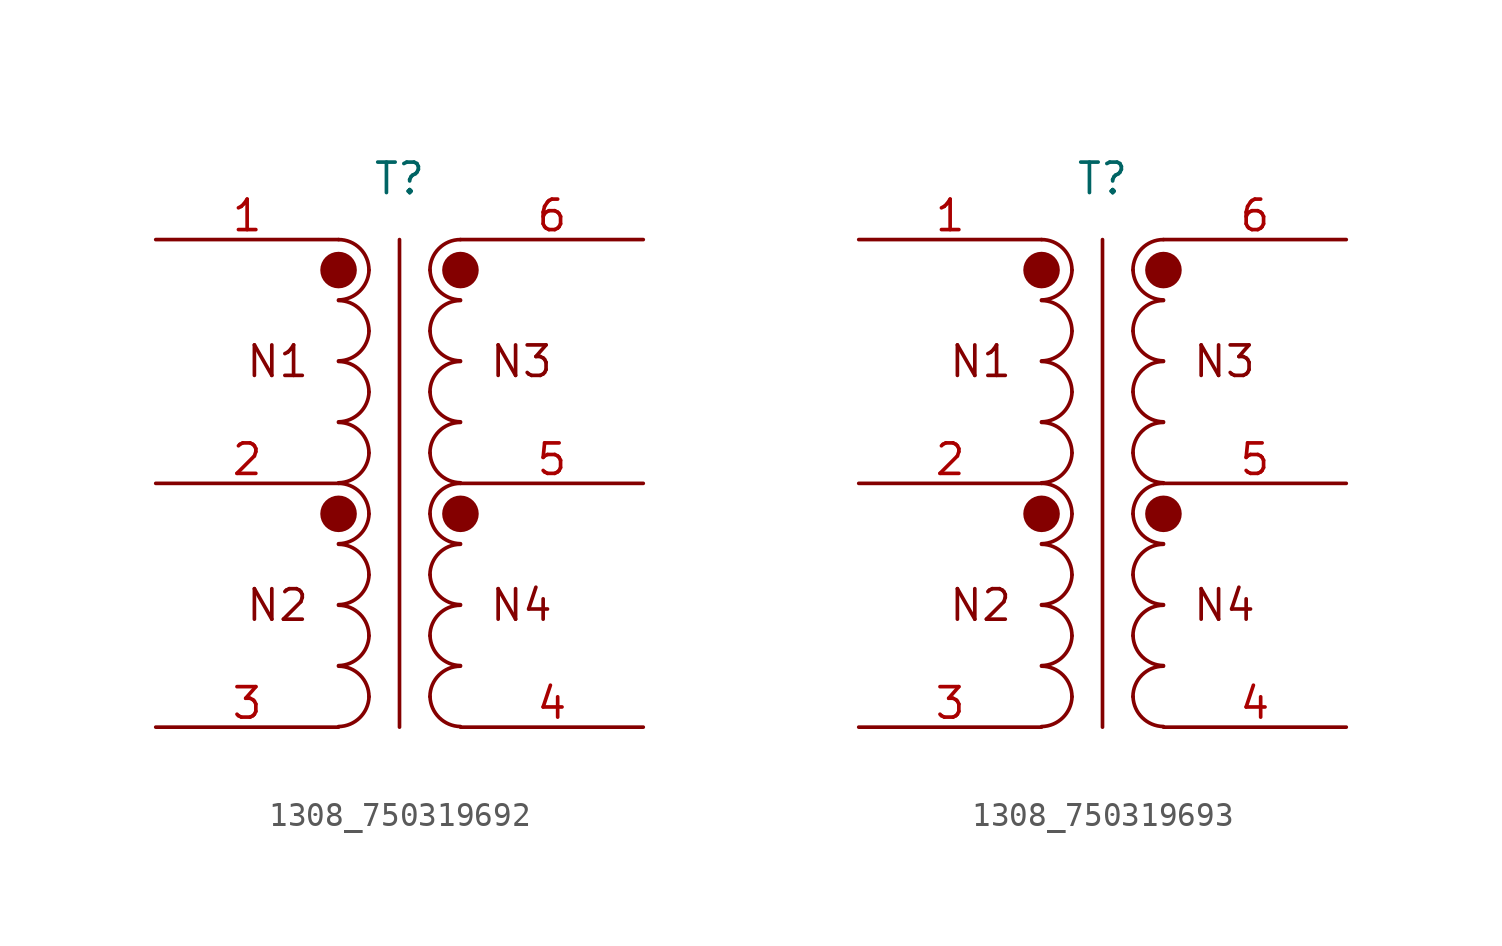
<source format=kicad_sym>
(kicad_symbol_lib
  (version 20220914)
  (generator kicad_symbol_editor)
  (symbol "1308_750319692"
    (pin_names hide)
    (property "Reference" "T"
      (at 0 12.7 0)
      (effects (font (size 1.27 1.27))))
    (property "Critical Parameter" ""
      (at 0 -5.08 0)
      (effects (font (size 1.27 1.27)) (justify left)))
    (symbol "1308_750319692_0_1"
      (arc (start -2.54 -10.1346) (mid -1.6561 -9.7663) (end -1.27 -8.89) (stroke (width 0) (type default)) (fill (type none)))
      (arc (start -2.54 -7.5946) (mid -1.6561 -7.2263) (end -1.27 -6.35) (stroke (width 0) (type default)) (fill (type none)))
      (arc (start -2.54 -5.0546) (mid -1.6561 -4.6863) (end -1.27 -3.81) (stroke (width 0) (type default)) (fill (type none)))
      (arc (start -2.54 -2.5146) (mid -1.6561 -2.1463) (end -1.27 -1.27) (stroke (width 0) (type default)) (fill (type none)))
      (arc (start -2.54 0.0254) (mid -1.6561 0.3937) (end -1.27 1.27) (stroke (width 0) (type default)) (fill (type none)))
      (arc (start -2.54 2.5654) (mid -1.6561 2.9337) (end -1.27 3.81) (stroke (width 0) (type default)) (fill (type none)))
      (arc (start -2.54 5.1054) (mid -1.6561 5.4737) (end -1.27 6.35) (stroke (width 0) (type default)) (fill (type none)))
      (arc (start -2.54 7.6454) (mid -1.6561 8.0137) (end -1.27 8.89) (stroke (width 0) (type default)) (fill (type none)))
      (arc (start -1.27 -8.89) (mid -1.642 -7.992) (end -2.54 -7.62) (stroke (width 0) (type default)) (fill (type none)))
      (arc (start -1.27 -6.35) (mid -1.642 -5.452) (end -2.54 -5.08) (stroke (width 0) (type default)) (fill (type none)))
      (arc (start -1.27 -3.81) (mid -1.642 -2.912) (end -2.54 -2.54) (stroke (width 0) (type default)) (fill (type none)))
      (arc (start -1.27 -1.27) (mid -1.642 -0.372) (end -2.54 0) (stroke (width 0) (type default)) (fill (type none)))
      (arc (start -1.27 1.27) (mid -1.642 2.168) (end -2.54 2.54) (stroke (width 0) (type default)) (fill (type none)))
      (arc (start -1.27 3.81) (mid -1.642 4.708) (end -2.54 5.08) (stroke (width 0) (type default)) (fill (type none)))
      (arc (start -1.27 6.35) (mid -1.642 7.248) (end -2.54 7.62) (stroke (width 0) (type default)) (fill (type none)))
      (arc (start -1.27 8.89) (mid -1.642 9.788) (end -2.54 10.16) (stroke (width 0) (type default)) (fill (type none)))
      (polyline (pts (xy 0 -10.16) (xy 0 10.16)) (stroke (width 0) (type default)) (fill (type none)))
      (arc (start 1.27 -8.89) (mid 1.6561 -9.7663) (end 2.54 -10.1346) (stroke (width 0) (type default)) (fill (type none)))
      (arc (start 1.27 -6.35) (mid 1.6561 -7.2263) (end 2.54 -7.5946) (stroke (width 0) (type default)) (fill (type none)))
      (arc (start 1.27 -3.81) (mid 1.6561 -4.6863) (end 2.54 -5.0546) (stroke (width 0) (type default)) (fill (type none)))
      (arc (start 1.27 -1.27) (mid 1.6561 -2.1463) (end 2.54 -2.5146) (stroke (width 0) (type default)) (fill (type none)))
      (arc (start 1.27 1.27) (mid 1.6561 0.3937) (end 2.54 0.0254) (stroke (width 0) (type default)) (fill (type none)))
      (arc (start 1.27 3.81) (mid 1.6561 2.9337) (end 2.54 2.5654) (stroke (width 0) (type default)) (fill (type none)))
      (arc (start 1.27 6.35) (mid 1.6561 5.4737) (end 2.54 5.1054) (stroke (width 0) (type default)) (fill (type none)))
      (arc (start 1.27 8.89) (mid 1.6561 8.0137) (end 2.54 7.6454) (stroke (width 0) (type default)) (fill (type none)))
      (arc (start 2.54 -7.62) (mid 1.642 -7.992) (end 1.27 -8.89) (stroke (width 0) (type default)) (fill (type none)))
      (arc (start 2.54 -5.08) (mid 1.642 -5.452) (end 1.27 -6.35) (stroke (width 0) (type default)) (fill (type none)))
      (arc (start 2.54 -2.54) (mid 1.642 -2.912) (end 1.27 -3.81) (stroke (width 0) (type default)) (fill (type none)))
      (arc (start 2.54 0) (mid 1.642 -0.372) (end 1.27 -1.27) (stroke (width 0) (type default)) (fill (type none)))
      (arc (start 2.54 2.54) (mid 1.642 2.168) (end 1.27 1.27) (stroke (width 0) (type default)) (fill (type none)))
      (arc (start 2.54 5.08) (mid 1.642 4.708) (end 1.27 3.81) (stroke (width 0) (type default)) (fill (type none)))
      (arc (start 2.54 7.62) (mid 1.642 7.248) (end 1.27 6.35) (stroke (width 0) (type default)) (fill (type none)))
      (arc (start 2.54 10.16) (mid 1.642 9.788) (end 1.27 8.89) (stroke (width 0) (type default)) (fill (type none))))
    (symbol "1308_750319692_1_1"
      (circle (center -2.54 -1.27) (radius 0.0001) (stroke (width 0.762) (type default)) (fill (type none)))
      (circle (center -2.54 8.89) (radius 0.0001) (stroke (width 0.762) (type default)) (fill (type none)))
      (circle (center 2.54 -1.27) (radius 0.0001) (stroke (width 0.762) (type default)) (fill (type none)))
      (circle (center 2.54 8.89) (radius 0.0001) (stroke (width 0.762) (type default)) (fill (type none)))
      (text "N1" (at -5.08 5.08 0) (effects (font (size 1.27 1.27))))
      (text "N2" (at -5.08 -5.08 0) (effects (font (size 1.27 1.27))))
      (text "N3" (at 5.08 5.08 0) (effects (font (size 1.27 1.27))))
      (text "N4" (at 5.08 -5.08 0) (effects (font (size 1.27 1.27))))
      (pin passive line (at -10.16 10.16 0) (length 7.62) (name "1" (effects (font (size 1.27 1.27)))) (number "1" (effects (font (size 1.27 1.27)))))
      (pin passive line (at -10.16 0 0) (length 7.62) (name "2" (effects (font (size 1.27 1.27)))) (number "2" (effects (font (size 1.27 1.27)))))
      (pin passive line (at -10.16 -10.16 0) (length 7.62) (name "3" (effects (font (size 1.27 1.27)))) (number "3" (effects (font (size 1.27 1.27)))))
      (pin passive line (at 10.16 -10.16 180) (length 7.62) (name "4" (effects (font (size 1.27 1.27)))) (number "4" (effects (font (size 1.27 1.27)))))
      (pin passive line (at 10.16 0 180) (length 7.62) (name "5" (effects (font (size 1.27 1.27)))) (number "5" (effects (font (size 1.27 1.27)))))
      (pin passive line (at 10.16 10.16 180) (length 7.62) (name "6" (effects (font (size 1.27 1.27)))) (number "6" (effects (font (size 1.27 1.27)))))))
  (symbol "1308_750319693"
    (pin_names hide)
    (property "Reference" "T"
      (at 0 12.7 0)
      (effects (font (size 1.27 1.27))))
    (property "Critical Parameter" ""
      (at 0 -5.08 0)
      (effects (font (size 1.27 1.27)) (justify left)))
    (symbol "1308_750319693_0_1"
      (arc (start -2.54 -10.1346) (mid -1.6561 -9.7663) (end -1.27 -8.89) (stroke (width 0) (type default)) (fill (type none)))
      (arc (start -2.54 -7.5946) (mid -1.6561 -7.2263) (end -1.27 -6.35) (stroke (width 0) (type default)) (fill (type none)))
      (arc (start -2.54 -5.0546) (mid -1.6561 -4.6863) (end -1.27 -3.81) (stroke (width 0) (type default)) (fill (type none)))
      (arc (start -2.54 -2.5146) (mid -1.6561 -2.1463) (end -1.27 -1.27) (stroke (width 0) (type default)) (fill (type none)))
      (arc (start -2.54 0.0254) (mid -1.6561 0.3937) (end -1.27 1.27) (stroke (width 0) (type default)) (fill (type none)))
      (arc (start -2.54 2.5654) (mid -1.6561 2.9337) (end -1.27 3.81) (stroke (width 0) (type default)) (fill (type none)))
      (arc (start -2.54 5.1054) (mid -1.6561 5.4737) (end -1.27 6.35) (stroke (width 0) (type default)) (fill (type none)))
      (arc (start -2.54 7.6454) (mid -1.6561 8.0137) (end -1.27 8.89) (stroke (width 0) (type default)) (fill (type none)))
      (arc (start -1.27 -8.89) (mid -1.642 -7.992) (end -2.54 -7.62) (stroke (width 0) (type default)) (fill (type none)))
      (arc (start -1.27 -6.35) (mid -1.642 -5.452) (end -2.54 -5.08) (stroke (width 0) (type default)) (fill (type none)))
      (arc (start -1.27 -3.81) (mid -1.642 -2.912) (end -2.54 -2.54) (stroke (width 0) (type default)) (fill (type none)))
      (arc (start -1.27 -1.27) (mid -1.642 -0.372) (end -2.54 0) (stroke (width 0) (type default)) (fill (type none)))
      (arc (start -1.27 1.27) (mid -1.642 2.168) (end -2.54 2.54) (stroke (width 0) (type default)) (fill (type none)))
      (arc (start -1.27 3.81) (mid -1.642 4.708) (end -2.54 5.08) (stroke (width 0) (type default)) (fill (type none)))
      (arc (start -1.27 6.35) (mid -1.642 7.248) (end -2.54 7.62) (stroke (width 0) (type default)) (fill (type none)))
      (arc (start -1.27 8.89) (mid -1.642 9.788) (end -2.54 10.16) (stroke (width 0) (type default)) (fill (type none)))
      (polyline (pts (xy 0 -10.16) (xy 0 10.16)) (stroke (width 0) (type default)) (fill (type none)))
      (arc (start 1.27 -8.89) (mid 1.6561 -9.7663) (end 2.54 -10.1346) (stroke (width 0) (type default)) (fill (type none)))
      (arc (start 1.27 -6.35) (mid 1.6561 -7.2263) (end 2.54 -7.5946) (stroke (width 0) (type default)) (fill (type none)))
      (arc (start 1.27 -3.81) (mid 1.6561 -4.6863) (end 2.54 -5.0546) (stroke (width 0) (type default)) (fill (type none)))
      (arc (start 1.27 -1.27) (mid 1.6561 -2.1463) (end 2.54 -2.5146) (stroke (width 0) (type default)) (fill (type none)))
      (arc (start 1.27 1.27) (mid 1.6561 0.3937) (end 2.54 0.0254) (stroke (width 0) (type default)) (fill (type none)))
      (arc (start 1.27 3.81) (mid 1.6561 2.9337) (end 2.54 2.5654) (stroke (width 0) (type default)) (fill (type none)))
      (arc (start 1.27 6.35) (mid 1.6561 5.4737) (end 2.54 5.1054) (stroke (width 0) (type default)) (fill (type none)))
      (arc (start 1.27 8.89) (mid 1.6561 8.0137) (end 2.54 7.6454) (stroke (width 0) (type default)) (fill (type none)))
      (arc (start 2.54 -7.62) (mid 1.642 -7.992) (end 1.27 -8.89) (stroke (width 0) (type default)) (fill (type none)))
      (arc (start 2.54 -5.08) (mid 1.642 -5.452) (end 1.27 -6.35) (stroke (width 0) (type default)) (fill (type none)))
      (arc (start 2.54 -2.54) (mid 1.642 -2.912) (end 1.27 -3.81) (stroke (width 0) (type default)) (fill (type none)))
      (arc (start 2.54 0) (mid 1.642 -0.372) (end 1.27 -1.27) (stroke (width 0) (type default)) (fill (type none)))
      (arc (start 2.54 2.54) (mid 1.642 2.168) (end 1.27 1.27) (stroke (width 0) (type default)) (fill (type none)))
      (arc (start 2.54 5.08) (mid 1.642 4.708) (end 1.27 3.81) (stroke (width 0) (type default)) (fill (type none)))
      (arc (start 2.54 7.62) (mid 1.642 7.248) (end 1.27 6.35) (stroke (width 0) (type default)) (fill (type none)))
      (arc (start 2.54 10.16) (mid 1.642 9.788) (end 1.27 8.89) (stroke (width 0) (type default)) (fill (type none))))
    (symbol "1308_750319693_1_1"
      (circle (center -2.54 -1.27) (radius 0.0001) (stroke (width 0.762) (type default)) (fill (type none)))
      (circle (center -2.54 8.89) (radius 0.0001) (stroke (width 0.762) (type default)) (fill (type none)))
      (circle (center 2.54 -1.27) (radius 0.0001) (stroke (width 0.762) (type default)) (fill (type none)))
      (circle (center 2.54 8.89) (radius 0.0001) (stroke (width 0.762) (type default)) (fill (type none)))
      (text "N1" (at -5.08 5.08 0) (effects (font (size 1.27 1.27))))
      (text "N2" (at -5.08 -5.08 0) (effects (font (size 1.27 1.27))))
      (text "N3" (at 5.08 5.08 0) (effects (font (size 1.27 1.27))))
      (text "N4" (at 5.08 -5.08 0) (effects (font (size 1.27 1.27))))
      (pin passive line (at -10.16 10.16 0) (length 7.62) (name "1" (effects (font (size 1.27 1.27)))) (number "1" (effects (font (size 1.27 1.27)))))
      (pin passive line (at -10.16 0 0) (length 7.62) (name "2" (effects (font (size 1.27 1.27)))) (number "2" (effects (font (size 1.27 1.27)))))
      (pin passive line (at -10.16 -10.16 0) (length 7.62) (name "3" (effects (font (size 1.27 1.27)))) (number "3" (effects (font (size 1.27 1.27)))))
      (pin passive line (at 10.16 -10.16 180) (length 7.62) (name "4" (effects (font (size 1.27 1.27)))) (number "4" (effects (font (size 1.27 1.27)))))
      (pin passive line (at 10.16 0 180) (length 7.62) (name "5" (effects (font (size 1.27 1.27)))) (number "5" (effects (font (size 1.27 1.27)))))
      (pin passive line (at 10.16 10.16 180) (length 7.62) (name "6" (effects (font (size 1.27 1.27)))) (number "6" (effects (font (size 1.27 1.27))))))))
</source>
